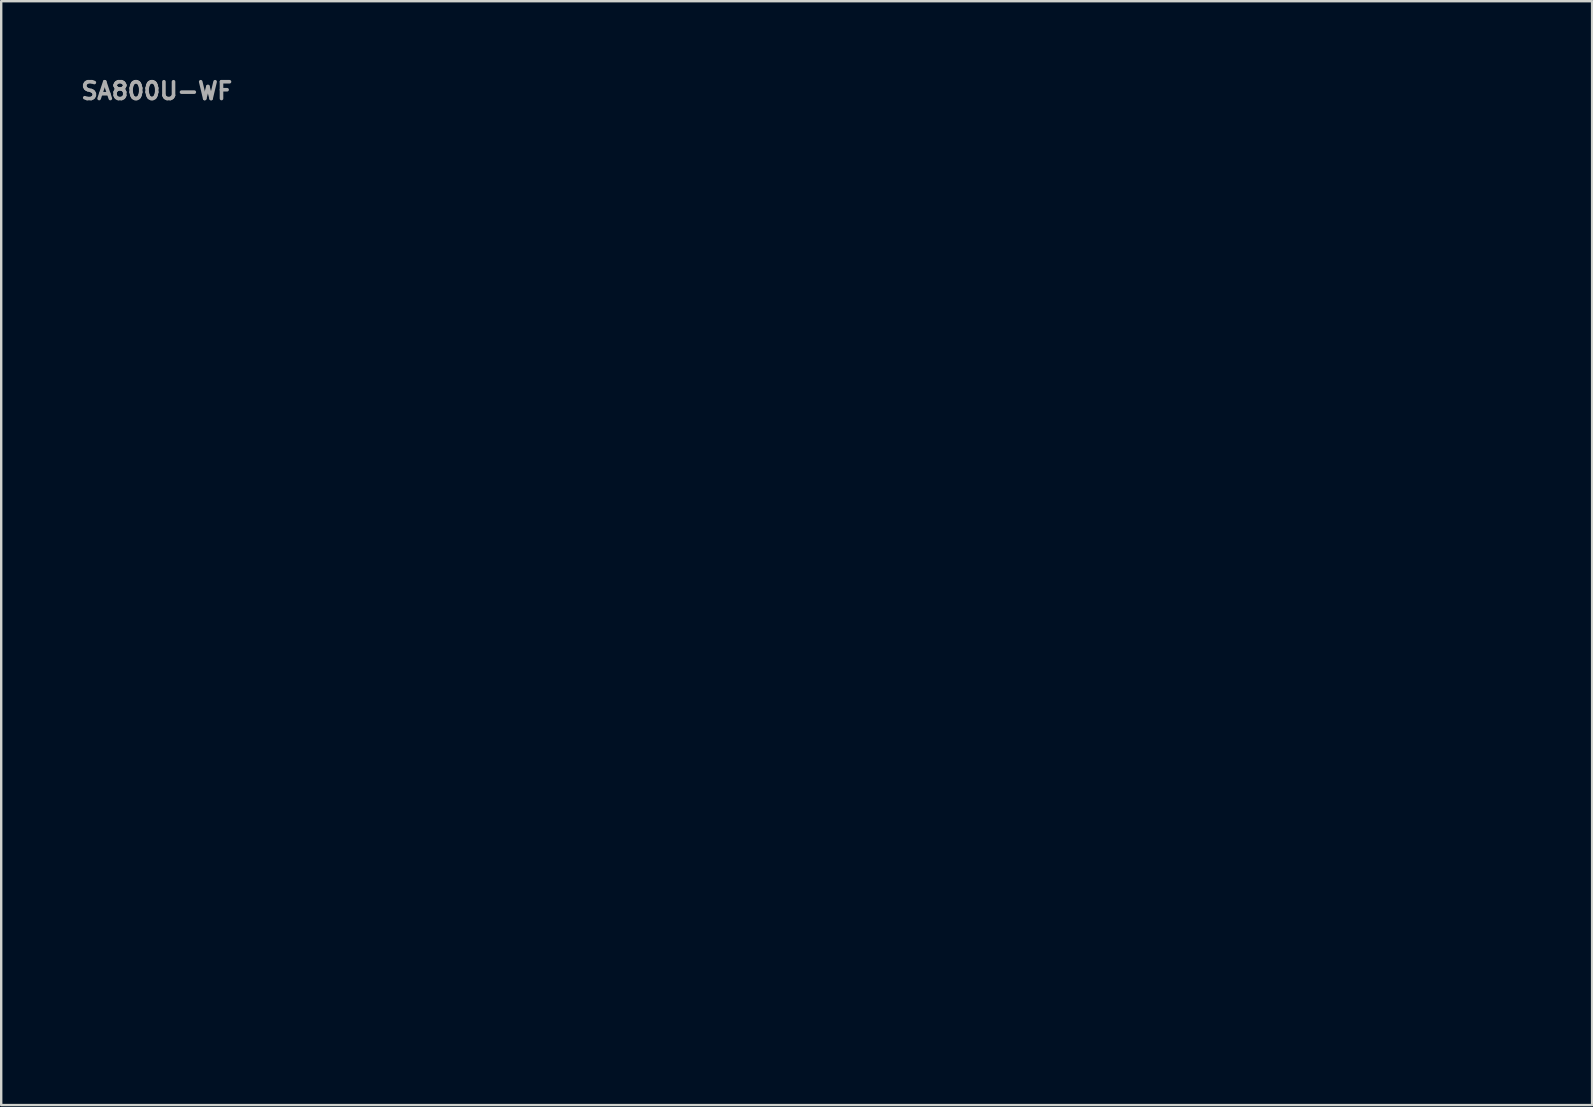
<source format=kicad_pcb>
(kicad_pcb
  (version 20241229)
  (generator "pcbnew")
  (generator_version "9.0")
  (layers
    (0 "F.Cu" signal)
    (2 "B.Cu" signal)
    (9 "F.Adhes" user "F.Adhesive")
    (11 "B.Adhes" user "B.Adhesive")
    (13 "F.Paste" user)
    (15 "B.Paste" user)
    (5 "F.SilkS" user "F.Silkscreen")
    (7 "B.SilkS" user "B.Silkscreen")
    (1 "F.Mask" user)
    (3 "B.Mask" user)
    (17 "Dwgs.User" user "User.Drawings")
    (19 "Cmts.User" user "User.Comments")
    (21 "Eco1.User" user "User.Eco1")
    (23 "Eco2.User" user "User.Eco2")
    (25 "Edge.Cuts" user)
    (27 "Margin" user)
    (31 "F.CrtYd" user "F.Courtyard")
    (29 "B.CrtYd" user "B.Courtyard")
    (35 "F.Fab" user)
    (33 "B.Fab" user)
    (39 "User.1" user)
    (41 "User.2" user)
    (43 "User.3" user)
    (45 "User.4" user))
  (footprint "SA800U-WF"
    (layer "F.Cu")
    (at 0.25 2.95)
    (property "Reference" "SA800U-WF" (at 0 -1.8 0) (layer "F.Fab") (effects (font (size 0.7 0.7) (thickness 0.15)) (justify left bottom)))
    (attr exclude_from_pos_files)
    (fp_line (start 0 0) (end 0 21.87) (stroke (width 0.12) (type solid)) (layer "Eco1.User"))
    (fp_line (start 0 0) (end 59.999 0) (stroke (width 0.12) (type solid)) (layer "Eco1.User"))
    (fp_line (start 0 25.069) (end 0 36.999) (stroke (width 0.12) (type solid)) (layer "Eco1.User"))
    (fp_line (start 0 36.999) (end 59.999 36.999) (stroke (width 0.12) (type solid)) (layer "Eco1.User"))
    (fp_line (start 1.159 21.87) (end 0 21.87) (stroke (width 0.12) (type solid)) (layer "Eco1.User"))
    (fp_line (start 1.159 25.069) (end 0 25.069) (stroke (width 0.12) (type solid)) (layer "Eco1.User"))
    (fp_line (start 59.999 0) (end 59.999 36.999) (stroke (width 0.12) (type solid)) (layer "Eco1.User"))
    (fp_arc (start -0.001 31.05) (mid 2.451 32.999) (end 0 34.949) (stroke (width 0.12) (type solid)) (layer "Eco1.User"))
    (fp_arc (start 1.148 21.87) (mid 2.759 23.464) (end 1.159 25.069) (stroke (width 0.12) (type solid)) (layer "Eco1.User")))
  (gr_rect
    (start -3 -3)
    (end 63.309 43.009)
    (stroke (width 0.1) (type default))
    (fill no)
    (layer "Edge.Cuts")))
</source>
